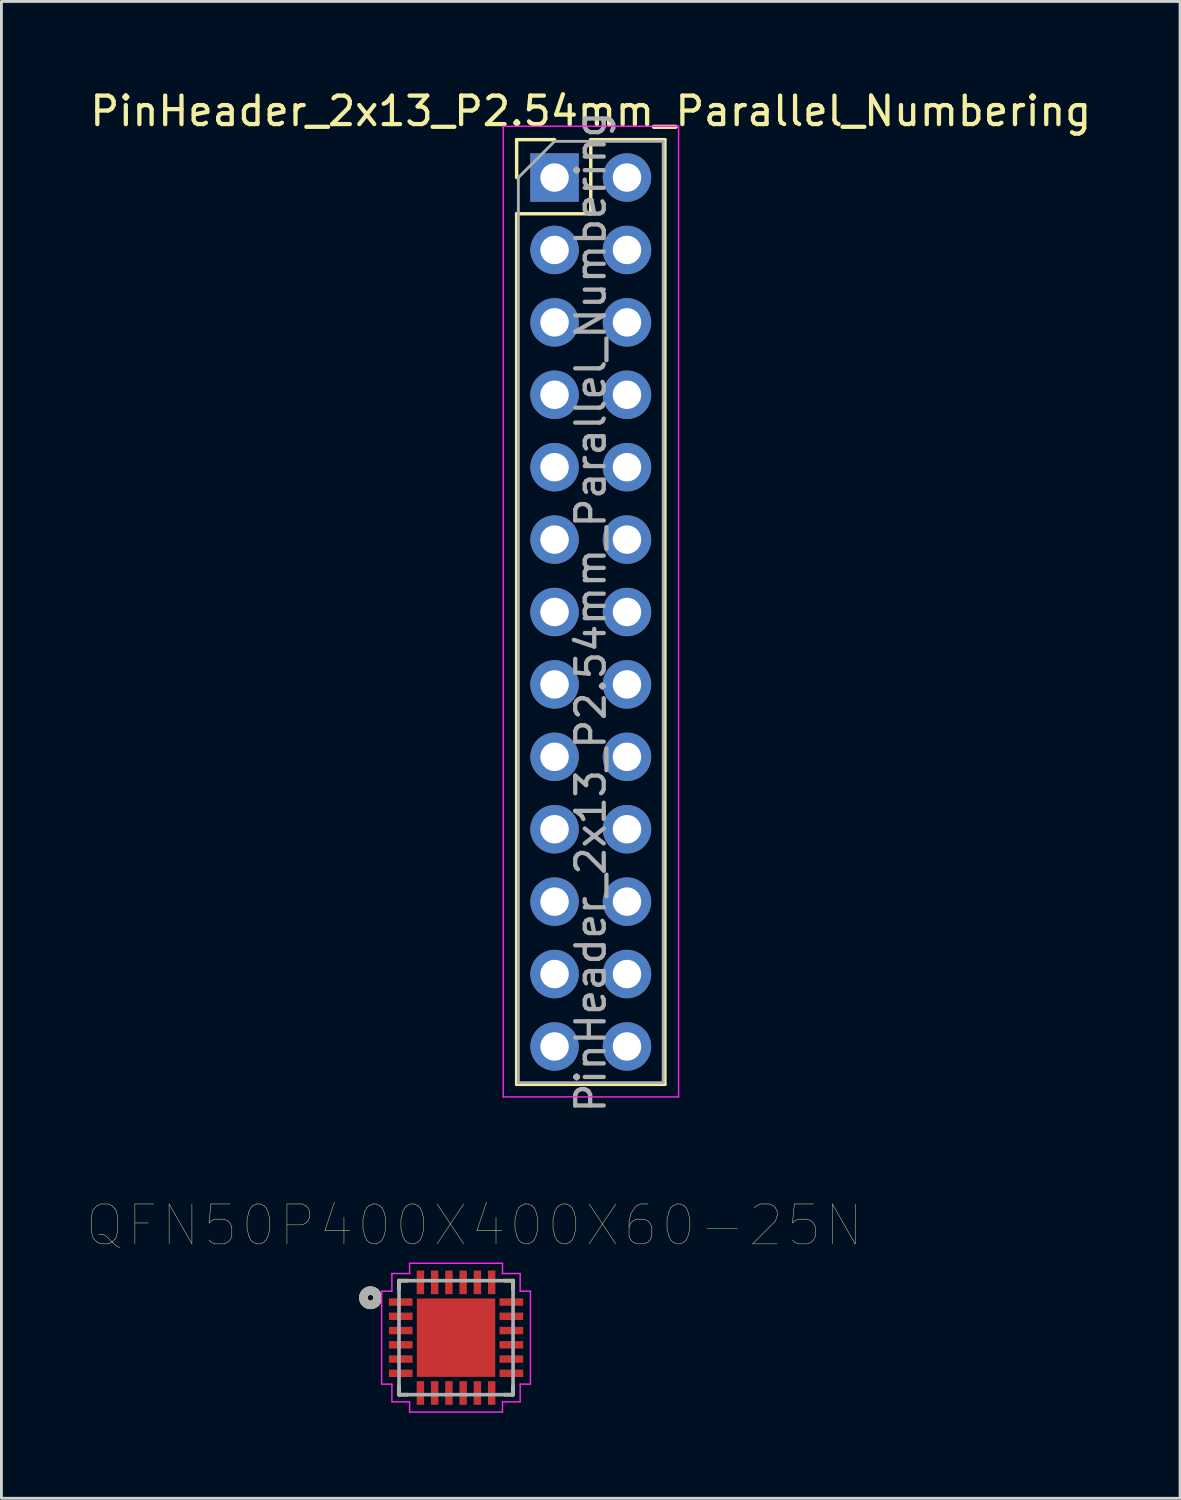
<source format=kicad_pcb>
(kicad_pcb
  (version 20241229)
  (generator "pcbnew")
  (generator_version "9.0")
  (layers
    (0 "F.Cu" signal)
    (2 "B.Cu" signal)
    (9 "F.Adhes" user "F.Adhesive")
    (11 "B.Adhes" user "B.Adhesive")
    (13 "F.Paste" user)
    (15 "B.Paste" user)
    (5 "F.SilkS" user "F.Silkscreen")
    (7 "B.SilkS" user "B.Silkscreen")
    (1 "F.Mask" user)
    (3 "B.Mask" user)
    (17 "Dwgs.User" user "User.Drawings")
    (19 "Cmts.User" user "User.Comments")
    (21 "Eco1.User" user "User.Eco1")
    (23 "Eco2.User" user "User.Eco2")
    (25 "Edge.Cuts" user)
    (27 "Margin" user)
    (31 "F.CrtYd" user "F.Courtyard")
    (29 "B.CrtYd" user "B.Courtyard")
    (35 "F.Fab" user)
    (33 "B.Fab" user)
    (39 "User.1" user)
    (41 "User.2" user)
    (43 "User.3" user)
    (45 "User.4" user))
  (footprint "QFN50P400X400X60-25N"
    (layer "F.Cu")
    (at 12.947 43.873)
    (property "Reference" "QFN50P400X400X60-25N" (at 0.635 -3.937 0) (layer "F.SilkS") (effects (font (size 1.4 1.4) (thickness 0.015))))
    (attr through_hole)
    (fp_line (start -2 -2) (end -2 -1.7) (stroke (width 0.127) (type solid)) (layer "F.SilkS"))
    (fp_line (start -2 2) (end -2 1.7) (stroke (width 0.127) (type solid)) (layer "F.SilkS"))
    (fp_line (start -2 2) (end -1.7 2) (stroke (width 0.127) (type solid)) (layer "F.SilkS"))
    (fp_line (start -1.7 -2) (end -2 -2) (stroke (width 0.127) (type solid)) (layer "F.SilkS"))
    (fp_line (start 2 -2) (end 1.7 -2) (stroke (width 0.127) (type solid)) (layer "F.SilkS"))
    (fp_line (start 2 -2) (end 2 -1.7) (stroke (width 0.127) (type solid)) (layer "F.SilkS"))
    (fp_line (start 2 2) (end 1.7 2) (stroke (width 0.127) (type solid)) (layer "F.SilkS"))
    (fp_line (start 2 2) (end 2 1.7) (stroke (width 0.127) (type solid)) (layer "F.SilkS"))
    (fp_circle (center -3 -1.4) (end -2.9 -1.4) (stroke (width 0.3) (type solid)) (fill no) (layer "F.SilkS"))
    (fp_poly (pts (xy -1.105 -1.105) (xy -0.135 -1.105) (xy -0.135 -0.135) (xy -1.105 -0.135)) (stroke (width 0.01) (type solid)) (fill yes) (layer "F.Paste"))
    (fp_poly (pts (xy -1.105 0.135) (xy -0.135 0.135) (xy -0.135 1.105) (xy -1.105 1.105)) (stroke (width 0.01) (type solid)) (fill yes) (layer "F.Paste"))
    (fp_poly (pts (xy 0.135 -1.105) (xy 1.105 -1.105) (xy 1.105 -0.135) (xy 0.135 -0.135)) (stroke (width 0.01) (type solid)) (fill yes) (layer "F.Paste"))
    (fp_poly (pts (xy 0.135 0.135) (xy 1.105 0.135) (xy 1.105 1.105) (xy 0.135 1.105)) (stroke (width 0.01) (type solid)) (fill yes) (layer "F.Paste"))
    (fp_line (start -2.61 -1.63) (end -2.25 -1.63) (stroke (width 0.05) (type solid)) (layer "F.CrtYd"))
    (fp_line (start -2.61 1.63) (end -2.61 -1.63) (stroke (width 0.05) (type solid)) (layer "F.CrtYd"))
    (fp_line (start -2.25 -2.25) (end -1.63 -2.25) (stroke (width 0.05) (type solid)) (layer "F.CrtYd"))
    (fp_line (start -2.25 -1.63) (end -2.25 -2.25) (stroke (width 0.05) (type solid)) (layer "F.CrtYd"))
    (fp_line (start -2.25 1.63) (end -2.61 1.63) (stroke (width 0.05) (type solid)) (layer "F.CrtYd"))
    (fp_line (start -2.25 2.25) (end -2.25 1.63) (stroke (width 0.05) (type solid)) (layer "F.CrtYd"))
    (fp_line (start -1.63 -2.61) (end 1.63 -2.61) (stroke (width 0.05) (type solid)) (layer "F.CrtYd"))
    (fp_line (start -1.63 -2.25) (end -1.63 -2.61) (stroke (width 0.05) (type solid)) (layer "F.CrtYd"))
    (fp_line (start -1.63 2.25) (end -2.25 2.25) (stroke (width 0.05) (type solid)) (layer "F.CrtYd"))
    (fp_line (start -1.63 2.61) (end -1.63 2.25) (stroke (width 0.05) (type solid)) (layer "F.CrtYd"))
    (fp_line (start 1.63 -2.61) (end 1.63 -2.25) (stroke (width 0.05) (type solid)) (layer "F.CrtYd"))
    (fp_line (start 1.63 -2.25) (end 2.25 -2.25) (stroke (width 0.05) (type solid)) (layer "F.CrtYd"))
    (fp_line (start 1.63 2.25) (end 1.63 2.61) (stroke (width 0.05) (type solid)) (layer "F.CrtYd"))
    (fp_line (start 1.63 2.61) (end -1.63 2.61) (stroke (width 0.05) (type solid)) (layer "F.CrtYd"))
    (fp_line (start 2.25 -2.25) (end 2.25 -1.63) (stroke (width 0.05) (type solid)) (layer "F.CrtYd"))
    (fp_line (start 2.25 -1.63) (end 2.61 -1.63) (stroke (width 0.05) (type solid)) (layer "F.CrtYd"))
    (fp_line (start 2.25 1.63) (end 2.25 2.25) (stroke (width 0.05) (type solid)) (layer "F.CrtYd"))
    (fp_line (start 2.25 2.25) (end 1.63 2.25) (stroke (width 0.05) (type solid)) (layer "F.CrtYd"))
    (fp_line (start 2.61 -1.63) (end 2.61 1.63) (stroke (width 0.05) (type solid)) (layer "F.CrtYd"))
    (fp_line (start 2.61 1.63) (end 2.25 1.63) (stroke (width 0.05) (type solid)) (layer "F.CrtYd"))
    (fp_line (start -2 -2) (end 2 -2) (stroke (width 0.127) (type solid)) (layer "F.Fab"))
    (fp_line (start -2 2) (end -2 -2) (stroke (width 0.127) (type solid)) (layer "F.Fab"))
    (fp_line (start 2 -2) (end 2 2) (stroke (width 0.127) (type solid)) (layer "F.Fab"))
    (fp_line (start 2 2) (end -2 2) (stroke (width 0.127) (type solid)) (layer "F.Fab"))
    (fp_circle (center -3 -1.4) (end -2.9 -1.4) (stroke (width 0.3) (type solid)) (fill no) (layer "F.Fab"))
    (pad "1" smd rect (at -1.94 -1.25) (size 0.83 0.26) (layers "F.Cu" "F.Mask" "F.Paste"))
    (pad "2" smd rect (at -1.94 -0.75) (size 0.83 0.26) (layers "F.Cu" "F.Mask" "F.Paste"))
    (pad "3" smd rect (at -1.94 -0.25) (size 0.83 0.26) (layers "F.Cu" "F.Mask" "F.Paste"))
    (pad "4" smd rect (at -1.94 0.25) (size 0.83 0.26) (layers "F.Cu" "F.Mask" "F.Paste"))
    (pad "5" smd rect (at -1.94 0.75) (size 0.83 0.26) (layers "F.Cu" "F.Mask" "F.Paste"))
    (pad "6" smd rect (at -1.94 1.25) (size 0.83 0.26) (layers "F.Cu" "F.Mask" "F.Paste"))
    (pad "7" smd rect (at -1.25 1.94) (size 0.26 0.83) (layers "F.Cu" "F.Mask" "F.Paste"))
    (pad "8" smd rect (at -0.75 1.94) (size 0.26 0.83) (layers "F.Cu" "F.Mask" "F.Paste"))
    (pad "9" smd rect (at -0.25 1.94) (size 0.26 0.83) (layers "F.Cu" "F.Mask" "F.Paste"))
    (pad "10" smd rect (at 0.25 1.94) (size 0.26 0.83) (layers "F.Cu" "F.Mask" "F.Paste"))
    (pad "11" smd rect (at 0.75 1.94) (size 0.26 0.83) (layers "F.Cu" "F.Mask" "F.Paste"))
    (pad "12" smd rect (at 1.25 1.94) (size 0.26 0.83) (layers "F.Cu" "F.Mask" "F.Paste"))
    (pad "13" smd rect (at 1.94 1.25) (size 0.83 0.26) (layers "F.Cu" "F.Mask" "F.Paste"))
    (pad "14" smd rect (at 1.94 0.75) (size 0.83 0.26) (layers "F.Cu" "F.Mask" "F.Paste"))
    (pad "15" smd rect (at 1.94 0.25) (size 0.83 0.26) (layers "F.Cu" "F.Mask" "F.Paste"))
    (pad "16" smd rect (at 1.94 -0.25) (size 0.83 0.26) (layers "F.Cu" "F.Mask" "F.Paste"))
    (pad "17" smd rect (at 1.94 -0.75) (size 0.83 0.26) (layers "F.Cu" "F.Mask" "F.Paste"))
    (pad "18" smd rect (at 1.94 -1.25) (size 0.83 0.26) (layers "F.Cu" "F.Mask" "F.Paste"))
    (pad "19" smd rect (at 1.25 -1.94) (size 0.26 0.83) (layers "F.Cu" "F.Mask" "F.Paste"))
    (pad "20" smd rect (at 0.75 -1.94) (size 0.26 0.83) (layers "F.Cu" "F.Mask" "F.Paste"))
    (pad "21" smd rect (at 0.25 -1.94) (size 0.26 0.83) (layers "F.Cu" "F.Mask" "F.Paste"))
    (pad "22" smd rect (at -0.25 -1.94) (size 0.26 0.83) (layers "F.Cu" "F.Mask" "F.Paste"))
    (pad "23" smd rect (at -0.75 -1.94) (size 0.26 0.83) (layers "F.Cu" "F.Mask" "F.Paste"))
    (pad "24" smd rect (at -1.25 -1.94) (size 0.26 0.83) (layers "F.Cu" "F.Mask" "F.Paste"))
    (pad "25" smd rect (at 0 0) (size 2.75 2.75) (layers "F.Cu" "F.Mask")))
  (footprint "PinHeader_2x13_P2.54mm_Parallel_Numbering"
    (layer "F.Cu")
    (at 16.403 3.178)
    (property "Reference" "PinHeader_2x13_P2.54mm_Parallel_Numbering" (at 1.27 -2.33 0) (layer "F.SilkS") (effects (font (size 1 1) (thickness 0.15))))
    (attr through_hole)
    (fp_line (start -1.33 -1.33) (end 0 -1.33) (stroke (width 0.12) (type solid)) (layer "F.SilkS"))
    (fp_line (start -1.33 0) (end -1.33 -1.33) (stroke (width 0.12) (type solid)) (layer "F.SilkS"))
    (fp_line (start -1.33 1.27) (end -1.33 31.81) (stroke (width 0.12) (type solid)) (layer "F.SilkS"))
    (fp_line (start -1.33 1.27) (end 1.27 1.27) (stroke (width 0.12) (type solid)) (layer "F.SilkS"))
    (fp_line (start -1.33 31.81) (end 3.87 31.81) (stroke (width 0.12) (type solid)) (layer "F.SilkS"))
    (fp_line (start 1.27 -1.33) (end 3.87 -1.33) (stroke (width 0.12) (type solid)) (layer "F.SilkS"))
    (fp_line (start 1.27 1.27) (end 1.27 -1.33) (stroke (width 0.12) (type solid)) (layer "F.SilkS"))
    (fp_line (start 3.87 -1.33) (end 3.87 31.81) (stroke (width 0.12) (type solid)) (layer "F.SilkS"))
    (fp_line (start -1.8 -1.8) (end -1.8 32.25) (stroke (width 0.05) (type solid)) (layer "F.CrtYd"))
    (fp_line (start -1.8 32.25) (end 4.35 32.25) (stroke (width 0.05) (type solid)) (layer "F.CrtYd"))
    (fp_line (start 4.35 -1.8) (end -1.8 -1.8) (stroke (width 0.05) (type solid)) (layer "F.CrtYd"))
    (fp_line (start 4.35 32.25) (end 4.35 -1.8) (stroke (width 0.05) (type solid)) (layer "F.CrtYd"))
    (fp_line (start -1.27 0) (end 0 -1.27) (stroke (width 0.1) (type solid)) (layer "F.Fab"))
    (fp_line (start -1.27 31.75) (end -1.27 0) (stroke (width 0.1) (type solid)) (layer "F.Fab"))
    (fp_line (start 0 -1.27) (end 3.81 -1.27) (stroke (width 0.1) (type solid)) (layer "F.Fab"))
    (fp_line (start 3.81 -1.27) (end 3.81 31.75) (stroke (width 0.1) (type solid)) (layer "F.Fab"))
    (fp_line (start 3.81 31.75) (end -1.27 31.75) (stroke (width 0.1) (type solid)) (layer "F.Fab"))
    (fp_text user "${REFERENCE}" (at 1.27 15.24 90) (layer "F.Fab") (effects (font (size 1 1) (thickness 0.15))))
    (pad "1" thru_hole rect (at 0 0) (size 1.7 1.7) (drill 1) (layers "*.Cu" "*.Mask"))
    (pad "2" thru_hole oval (at 0 2.54) (size 1.7 1.7) (drill 1) (layers "*.Cu" "*.Mask"))
    (pad "3" thru_hole oval (at 0 5.08) (size 1.7 1.7) (drill 1) (layers "*.Cu" "*.Mask"))
    (pad "4" thru_hole oval (at 0 7.62) (size 1.7 1.7) (drill 1) (layers "*.Cu" "*.Mask"))
    (pad "5" thru_hole oval (at 0 10.16) (size 1.7 1.7) (drill 1) (layers "*.Cu" "*.Mask"))
    (pad "6" thru_hole oval (at 0 12.7) (size 1.7 1.7) (drill 1) (layers "*.Cu" "*.Mask"))
    (pad "7" thru_hole oval (at 0 15.24) (size 1.7 1.7) (drill 1) (layers "*.Cu" "*.Mask"))
    (pad "8" thru_hole oval (at 0 17.78) (size 1.7 1.7) (drill 1) (layers "*.Cu" "*.Mask"))
    (pad "9" thru_hole oval (at 0 20.32) (size 1.7 1.7) (drill 1) (layers "*.Cu" "*.Mask"))
    (pad "10" thru_hole oval (at 0 22.86) (size 1.7 1.7) (drill 1) (layers "*.Cu" "*.Mask"))
    (pad "11" thru_hole oval (at 0 25.4) (size 1.7 1.7) (drill 1) (layers "*.Cu" "*.Mask"))
    (pad "12" thru_hole oval (at 0 27.94) (size 1.7 1.7) (drill 1) (layers "*.Cu" "*.Mask"))
    (pad "13" thru_hole oval (at 0 30.48) (size 1.7 1.7) (drill 1) (layers "*.Cu" "*.Mask"))
    (pad "14" thru_hole oval (at 2.54 0) (size 1.7 1.7) (drill 1) (layers "*.Cu" "*.Mask"))
    (pad "15" thru_hole oval (at 2.54 2.54) (size 1.7 1.7) (drill 1) (layers "*.Cu" "*.Mask"))
    (pad "16" thru_hole oval (at 2.54 5.08) (size 1.7 1.7) (drill 1) (layers "*.Cu" "*.Mask"))
    (pad "17" thru_hole oval (at 2.54 7.62) (size 1.7 1.7) (drill 1) (layers "*.Cu" "*.Mask"))
    (pad "18" thru_hole oval (at 2.54 10.16) (size 1.7 1.7) (drill 1) (layers "*.Cu" "*.Mask"))
    (pad "19" thru_hole oval (at 2.54 12.7) (size 1.7 1.7) (drill 1) (layers "*.Cu" "*.Mask"))
    (pad "20" thru_hole oval (at 2.54 15.24) (size 1.7 1.7) (drill 1) (layers "*.Cu" "*.Mask"))
    (pad "21" thru_hole oval (at 2.54 17.78) (size 1.7 1.7) (drill 1) (layers "*.Cu" "*.Mask"))
    (pad "22" thru_hole oval (at 2.54 20.32) (size 1.7 1.7) (drill 1) (layers "*.Cu" "*.Mask"))
    (pad "23" thru_hole oval (at 2.54 22.86) (size 1.7 1.7) (drill 1) (layers "*.Cu" "*.Mask"))
    (pad "24" thru_hole oval (at 2.54 25.4) (size 1.7 1.7) (drill 1) (layers "*.Cu" "*.Mask"))
    (pad "25" thru_hole oval (at 2.54 27.94) (size 1.7 1.7) (drill 1) (layers "*.Cu" "*.Mask"))
    (pad "26" thru_hole oval (at 2.54 30.48) (size 1.7 1.7) (drill 1) (layers "*.Cu" "*.Mask")))
  (gr_rect
    (start -3 -3)
    (end 38.345 49.508)
    (stroke (width 0.1) (type default))
    (fill no)
    (layer "Edge.Cuts")))
</source>
